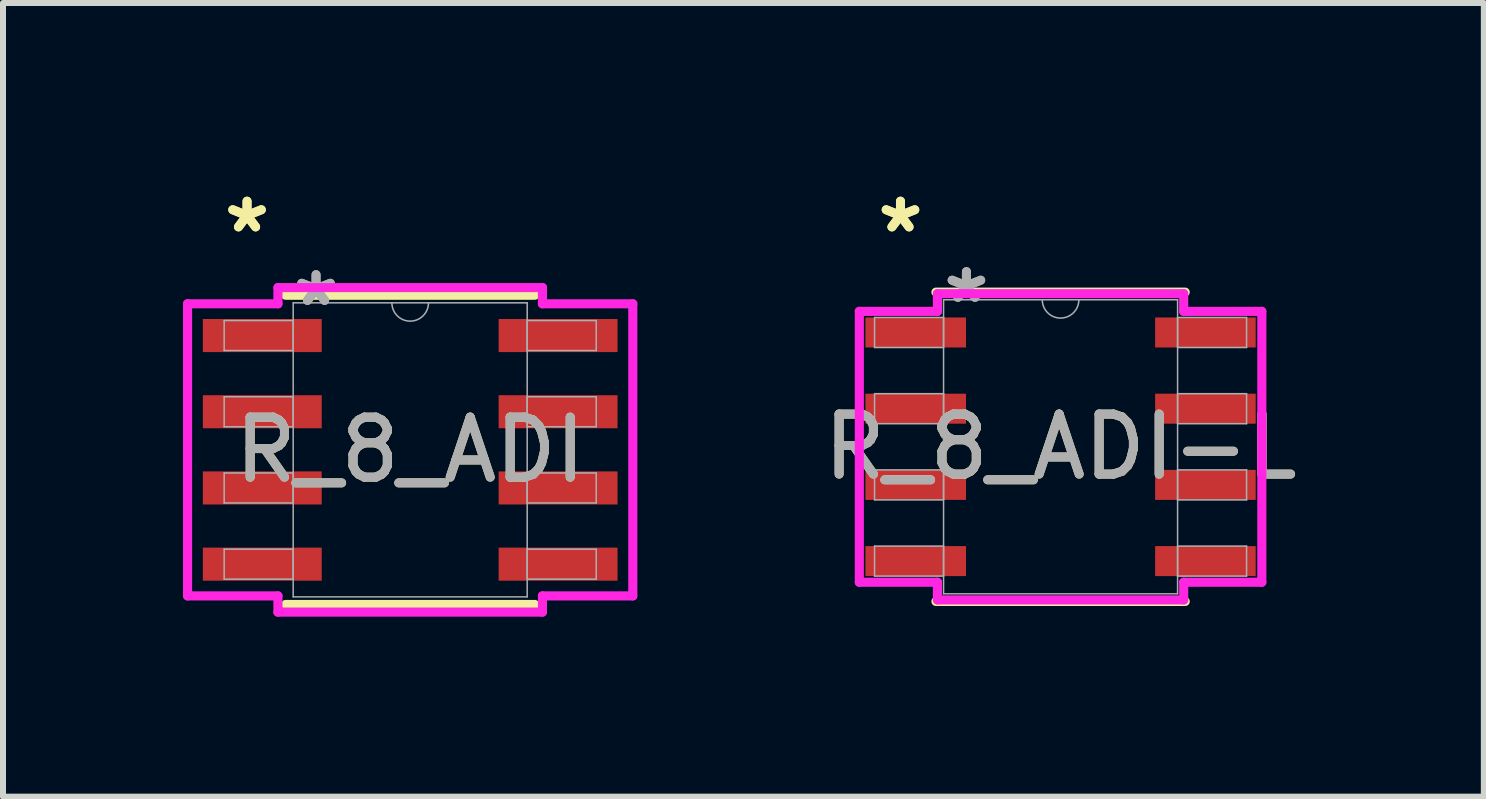
<source format=kicad_pcb>
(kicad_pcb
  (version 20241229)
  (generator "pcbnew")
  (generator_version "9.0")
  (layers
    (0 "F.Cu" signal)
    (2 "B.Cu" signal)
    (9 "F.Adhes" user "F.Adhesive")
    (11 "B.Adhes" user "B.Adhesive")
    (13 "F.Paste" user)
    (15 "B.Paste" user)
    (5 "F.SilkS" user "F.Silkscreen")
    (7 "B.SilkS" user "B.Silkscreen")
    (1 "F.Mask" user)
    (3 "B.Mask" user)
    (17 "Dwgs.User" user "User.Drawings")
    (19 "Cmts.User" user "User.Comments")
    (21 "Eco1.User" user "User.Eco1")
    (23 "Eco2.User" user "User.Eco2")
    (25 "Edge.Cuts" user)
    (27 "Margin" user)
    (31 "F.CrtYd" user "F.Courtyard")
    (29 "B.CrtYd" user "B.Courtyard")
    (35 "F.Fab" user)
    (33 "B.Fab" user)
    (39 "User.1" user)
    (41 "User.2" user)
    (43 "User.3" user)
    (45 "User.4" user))
  (footprint "R_8_ADI-L"
    (layer "F.Cu")
    (at 14.625 4.396)
    (property "Reference" "R_8_ADI-L" (at 0 0 0) (unlocked yes) (layer "F.SilkS") (effects (font (size 1 1) (thickness 0.15))))
    (attr smd)
    (fp_line (start -2.077 2.577) (end 2.077 2.577) (stroke (width 0.152) (type solid)) (layer "F.SilkS"))
    (fp_line (start 2.077 -2.577) (end -2.077 -2.577) (stroke (width 0.152) (type solid)) (layer "F.SilkS"))
    (fp_line (start -3.354 -2.257) (end -2.052 -2.257) (stroke (width 0.152) (type solid)) (layer "F.CrtYd"))
    (fp_line (start -3.354 2.257) (end -3.354 -2.257) (stroke (width 0.152) (type solid)) (layer "F.CrtYd"))
    (fp_line (start -3.354 2.257) (end -2.052 2.257) (stroke (width 0.152) (type solid)) (layer "F.CrtYd"))
    (fp_line (start -2.052 -2.552) (end 2.052 -2.552) (stroke (width 0.152) (type solid)) (layer "F.CrtYd"))
    (fp_line (start -2.052 -2.257) (end -2.052 -2.552) (stroke (width 0.152) (type solid)) (layer "F.CrtYd"))
    (fp_line (start -2.052 2.552) (end -2.052 2.257) (stroke (width 0.152) (type solid)) (layer "F.CrtYd"))
    (fp_line (start 2.052 -2.552) (end 2.052 -2.257) (stroke (width 0.152) (type solid)) (layer "F.CrtYd"))
    (fp_line (start 2.052 2.257) (end 2.052 2.552) (stroke (width 0.152) (type solid)) (layer "F.CrtYd"))
    (fp_line (start 2.052 2.552) (end -2.052 2.552) (stroke (width 0.152) (type solid)) (layer "F.CrtYd"))
    (fp_line (start 3.354 -2.257) (end 2.052 -2.257) (stroke (width 0.152) (type solid)) (layer "F.CrtYd"))
    (fp_line (start 3.354 -2.257) (end 3.354 2.257) (stroke (width 0.152) (type solid)) (layer "F.CrtYd"))
    (fp_line (start 3.354 2.257) (end 2.052 2.257) (stroke (width 0.152) (type solid)) (layer "F.CrtYd"))
    (fp_line (start -3.1 -2.155) (end -3.1 -1.655) (stroke (width 0.025) (type solid)) (layer "F.Fab"))
    (fp_line (start -3.1 -1.655) (end -1.95 -1.655) (stroke (width 0.025) (type solid)) (layer "F.Fab"))
    (fp_line (start -3.1 -0.885) (end -3.1 -0.385) (stroke (width 0.025) (type solid)) (layer "F.Fab"))
    (fp_line (start -3.1 -0.385) (end -1.95 -0.385) (stroke (width 0.025) (type solid)) (layer "F.Fab"))
    (fp_line (start -3.1 0.385) (end -3.1 0.885) (stroke (width 0.025) (type solid)) (layer "F.Fab"))
    (fp_line (start -3.1 0.885) (end -1.95 0.885) (stroke (width 0.025) (type solid)) (layer "F.Fab"))
    (fp_line (start -3.1 1.655) (end -3.1 2.155) (stroke (width 0.025) (type solid)) (layer "F.Fab"))
    (fp_line (start -3.1 2.155) (end -1.95 2.155) (stroke (width 0.025) (type solid)) (layer "F.Fab"))
    (fp_line (start -1.95 -2.45) (end -1.95 2.45) (stroke (width 0.025) (type solid)) (layer "F.Fab"))
    (fp_line (start -1.95 -2.155) (end -3.1 -2.155) (stroke (width 0.025) (type solid)) (layer "F.Fab"))
    (fp_line (start -1.95 -1.655) (end -1.95 -2.155) (stroke (width 0.025) (type solid)) (layer "F.Fab"))
    (fp_line (start -1.95 -0.885) (end -3.1 -0.885) (stroke (width 0.025) (type solid)) (layer "F.Fab"))
    (fp_line (start -1.95 -0.385) (end -1.95 -0.885) (stroke (width 0.025) (type solid)) (layer "F.Fab"))
    (fp_line (start -1.95 0.385) (end -3.1 0.385) (stroke (width 0.025) (type solid)) (layer "F.Fab"))
    (fp_line (start -1.95 0.885) (end -1.95 0.385) (stroke (width 0.025) (type solid)) (layer "F.Fab"))
    (fp_line (start -1.95 1.655) (end -3.1 1.655) (stroke (width 0.025) (type solid)) (layer "F.Fab"))
    (fp_line (start -1.95 2.155) (end -1.95 1.655) (stroke (width 0.025) (type solid)) (layer "F.Fab"))
    (fp_line (start -1.95 2.45) (end 1.95 2.45) (stroke (width 0.025) (type solid)) (layer "F.Fab"))
    (fp_line (start 1.95 -2.45) (end -1.95 -2.45) (stroke (width 0.025) (type solid)) (layer "F.Fab"))
    (fp_line (start 1.95 -2.155) (end 1.95 -1.655) (stroke (width 0.025) (type solid)) (layer "F.Fab"))
    (fp_line (start 1.95 -1.655) (end 3.1 -1.655) (stroke (width 0.025) (type solid)) (layer "F.Fab"))
    (fp_line (start 1.95 -0.885) (end 1.95 -0.385) (stroke (width 0.025) (type solid)) (layer "F.Fab"))
    (fp_line (start 1.95 -0.385) (end 3.1 -0.385) (stroke (width 0.025) (type solid)) (layer "F.Fab"))
    (fp_line (start 1.95 0.385) (end 1.95 0.885) (stroke (width 0.025) (type solid)) (layer "F.Fab"))
    (fp_line (start 1.95 0.885) (end 3.1 0.885) (stroke (width 0.025) (type solid)) (layer "F.Fab"))
    (fp_line (start 1.95 1.655) (end 1.95 2.155) (stroke (width 0.025) (type solid)) (layer "F.Fab"))
    (fp_line (start 1.95 2.155) (end 3.1 2.155) (stroke (width 0.025) (type solid)) (layer "F.Fab"))
    (fp_line (start 1.95 2.45) (end 1.95 -2.45) (stroke (width 0.025) (type solid)) (layer "F.Fab"))
    (fp_line (start 3.1 -2.155) (end 1.95 -2.155) (stroke (width 0.025) (type solid)) (layer "F.Fab"))
    (fp_line (start 3.1 -1.655) (end 3.1 -2.155) (stroke (width 0.025) (type solid)) (layer "F.Fab"))
    (fp_line (start 3.1 -0.885) (end 1.95 -0.885) (stroke (width 0.025) (type solid)) (layer "F.Fab"))
    (fp_line (start 3.1 -0.385) (end 3.1 -0.885) (stroke (width 0.025) (type solid)) (layer "F.Fab"))
    (fp_line (start 3.1 0.385) (end 1.95 0.385) (stroke (width 0.025) (type solid)) (layer "F.Fab"))
    (fp_line (start 3.1 0.885) (end 3.1 0.385) (stroke (width 0.025) (type solid)) (layer "F.Fab"))
    (fp_line (start 3.1 1.655) (end 1.95 1.655) (stroke (width 0.025) (type solid)) (layer "F.Fab"))
    (fp_line (start 3.1 2.155) (end 3.1 1.655) (stroke (width 0.025) (type solid)) (layer "F.Fab"))
    (fp_arc (start 0.3048 -2.45) (mid 0 -2.1452) (end -0.3048 -2.45) (stroke (width 0.0254) (type solid)) (layer "F.Fab"))
    (fp_text user "*" (at -2.668 -3.548 0) (unlocked yes) (layer "F.SilkS") (effects (font (size 1 1) (thickness 0.15))))
    (fp_text user "*" (at -2.668 -3.548 0) (layer "F.SilkS") (effects (font (size 1 1) (thickness 0.15))))
    (fp_text user "*" (at -1.569 -2.374 0) (layer "F.Fab") (effects (font (size 1 1) (thickness 0.15))))
    (fp_text user "${REFERENCE}" (at 0 0 0) (unlocked yes) (layer "F.Fab") (effects (font (size 1 1) (thickness 0.15))))
    (fp_text user "*" (at -1.569 -2.374 0) (unlocked yes) (layer "F.Fab") (effects (font (size 1 1) (thickness 0.15))))
    (pad "1" smd rect (at -2.414 -1.905) (size 1.676 0.5) (layers "F.Cu" "F.Mask" "F.Paste"))
    (pad "2" smd rect (at -2.414 -0.635) (size 1.676 0.5) (layers "F.Cu" "F.Mask" "F.Paste"))
    (pad "3" smd rect (at -2.414 0.635) (size 1.676 0.5) (layers "F.Cu" "F.Mask" "F.Paste"))
    (pad "4" smd rect (at -2.414 1.905) (size 1.676 0.5) (layers "F.Cu" "F.Mask" "F.Paste"))
    (pad "5" smd rect (at 2.414 1.905) (size 1.676 0.5) (layers "F.Cu" "F.Mask" "F.Paste"))
    (pad "6" smd rect (at 2.414 0.635) (size 1.676 0.5) (layers "F.Cu" "F.Mask" "F.Paste"))
    (pad "7" smd rect (at 2.414 -0.635) (size 1.676 0.5) (layers "F.Cu" "F.Mask" "F.Paste"))
    (pad "8" smd rect (at 2.414 -1.905) (size 1.676 0.5) (layers "F.Cu" "F.Mask" "F.Paste")))
  (footprint "R_8_ADI"
    (layer "F.Cu")
    (at 3.786 4.447)
    (property "Reference" "R_8_ADI" (at 0 0 0) (unlocked yes) (layer "F.SilkS") (effects (font (size 1 1) (thickness 0.15))))
    (attr smd)
    (fp_line (start -2.077 2.577) (end 2.077 2.577) (stroke (width 0.152) (type solid)) (layer "F.SilkS"))
    (fp_line (start 2.077 -2.577) (end -2.077 -2.577) (stroke (width 0.152) (type solid)) (layer "F.SilkS"))
    (fp_line (start -3.71 -2.434) (end -2.204 -2.434) (stroke (width 0.152) (type solid)) (layer "F.CrtYd"))
    (fp_line (start -3.71 2.434) (end -3.71 -2.434) (stroke (width 0.152) (type solid)) (layer "F.CrtYd"))
    (fp_line (start -3.71 2.434) (end -2.204 2.434) (stroke (width 0.152) (type solid)) (layer "F.CrtYd"))
    (fp_line (start -2.204 -2.704) (end 2.204 -2.704) (stroke (width 0.152) (type solid)) (layer "F.CrtYd"))
    (fp_line (start -2.204 -2.434) (end -2.204 -2.704) (stroke (width 0.152) (type solid)) (layer "F.CrtYd"))
    (fp_line (start -2.204 2.704) (end -2.204 2.434) (stroke (width 0.152) (type solid)) (layer "F.CrtYd"))
    (fp_line (start 2.204 -2.704) (end 2.204 -2.434) (stroke (width 0.152) (type solid)) (layer "F.CrtYd"))
    (fp_line (start 2.204 2.434) (end 2.204 2.704) (stroke (width 0.152) (type solid)) (layer "F.CrtYd"))
    (fp_line (start 2.204 2.704) (end -2.204 2.704) (stroke (width 0.152) (type solid)) (layer "F.CrtYd"))
    (fp_line (start 3.71 -2.434) (end 2.204 -2.434) (stroke (width 0.152) (type solid)) (layer "F.CrtYd"))
    (fp_line (start 3.71 -2.434) (end 3.71 2.434) (stroke (width 0.152) (type solid)) (layer "F.CrtYd"))
    (fp_line (start 3.71 2.434) (end 2.204 2.434) (stroke (width 0.152) (type solid)) (layer "F.CrtYd"))
    (fp_line (start -3.1 -2.155) (end -3.1 -1.655) (stroke (width 0.025) (type solid)) (layer "F.Fab"))
    (fp_line (start -3.1 -1.655) (end -1.95 -1.655) (stroke (width 0.025) (type solid)) (layer "F.Fab"))
    (fp_line (start -3.1 -0.885) (end -3.1 -0.385) (stroke (width 0.025) (type solid)) (layer "F.Fab"))
    (fp_line (start -3.1 -0.385) (end -1.95 -0.385) (stroke (width 0.025) (type solid)) (layer "F.Fab"))
    (fp_line (start -3.1 0.385) (end -3.1 0.885) (stroke (width 0.025) (type solid)) (layer "F.Fab"))
    (fp_line (start -3.1 0.885) (end -1.95 0.885) (stroke (width 0.025) (type solid)) (layer "F.Fab"))
    (fp_line (start -3.1 1.655) (end -3.1 2.155) (stroke (width 0.025) (type solid)) (layer "F.Fab"))
    (fp_line (start -3.1 2.155) (end -1.95 2.155) (stroke (width 0.025) (type solid)) (layer "F.Fab"))
    (fp_line (start -1.95 -2.45) (end -1.95 2.45) (stroke (width 0.025) (type solid)) (layer "F.Fab"))
    (fp_line (start -1.95 -2.155) (end -3.1 -2.155) (stroke (width 0.025) (type solid)) (layer "F.Fab"))
    (fp_line (start -1.95 -1.655) (end -1.95 -2.155) (stroke (width 0.025) (type solid)) (layer "F.Fab"))
    (fp_line (start -1.95 -0.885) (end -3.1 -0.885) (stroke (width 0.025) (type solid)) (layer "F.Fab"))
    (fp_line (start -1.95 -0.385) (end -1.95 -0.885) (stroke (width 0.025) (type solid)) (layer "F.Fab"))
    (fp_line (start -1.95 0.385) (end -3.1 0.385) (stroke (width 0.025) (type solid)) (layer "F.Fab"))
    (fp_line (start -1.95 0.885) (end -1.95 0.385) (stroke (width 0.025) (type solid)) (layer "F.Fab"))
    (fp_line (start -1.95 1.655) (end -3.1 1.655) (stroke (width 0.025) (type solid)) (layer "F.Fab"))
    (fp_line (start -1.95 2.155) (end -1.95 1.655) (stroke (width 0.025) (type solid)) (layer "F.Fab"))
    (fp_line (start -1.95 2.45) (end 1.95 2.45) (stroke (width 0.025) (type solid)) (layer "F.Fab"))
    (fp_line (start 1.95 -2.45) (end -1.95 -2.45) (stroke (width 0.025) (type solid)) (layer "F.Fab"))
    (fp_line (start 1.95 -2.155) (end 1.95 -1.655) (stroke (width 0.025) (type solid)) (layer "F.Fab"))
    (fp_line (start 1.95 -1.655) (end 3.1 -1.655) (stroke (width 0.025) (type solid)) (layer "F.Fab"))
    (fp_line (start 1.95 -0.885) (end 1.95 -0.385) (stroke (width 0.025) (type solid)) (layer "F.Fab"))
    (fp_line (start 1.95 -0.385) (end 3.1 -0.385) (stroke (width 0.025) (type solid)) (layer "F.Fab"))
    (fp_line (start 1.95 0.385) (end 1.95 0.885) (stroke (width 0.025) (type solid)) (layer "F.Fab"))
    (fp_line (start 1.95 0.885) (end 3.1 0.885) (stroke (width 0.025) (type solid)) (layer "F.Fab"))
    (fp_line (start 1.95 1.655) (end 1.95 2.155) (stroke (width 0.025) (type solid)) (layer "F.Fab"))
    (fp_line (start 1.95 2.155) (end 3.1 2.155) (stroke (width 0.025) (type solid)) (layer "F.Fab"))
    (fp_line (start 1.95 2.45) (end 1.95 -2.45) (stroke (width 0.025) (type solid)) (layer "F.Fab"))
    (fp_line (start 3.1 -2.155) (end 1.95 -2.155) (stroke (width 0.025) (type solid)) (layer "F.Fab"))
    (fp_line (start 3.1 -1.655) (end 3.1 -2.155) (stroke (width 0.025) (type solid)) (layer "F.Fab"))
    (fp_line (start 3.1 -0.885) (end 1.95 -0.885) (stroke (width 0.025) (type solid)) (layer "F.Fab"))
    (fp_line (start 3.1 -0.385) (end 3.1 -0.885) (stroke (width 0.025) (type solid)) (layer "F.Fab"))
    (fp_line (start 3.1 0.385) (end 1.95 0.385) (stroke (width 0.025) (type solid)) (layer "F.Fab"))
    (fp_line (start 3.1 0.885) (end 3.1 0.385) (stroke (width 0.025) (type solid)) (layer "F.Fab"))
    (fp_line (start 3.1 1.655) (end 1.95 1.655) (stroke (width 0.025) (type solid)) (layer "F.Fab"))
    (fp_line (start 3.1 2.155) (end 3.1 1.655) (stroke (width 0.025) (type solid)) (layer "F.Fab"))
    (fp_arc (start 0.3048 -2.45) (mid 0 -2.1452) (end -0.3048 -2.45) (stroke (width 0.0254) (type solid)) (layer "F.Fab"))
    (fp_text user "*" (at -2.719 -3.599 0) (unlocked yes) (layer "F.SilkS") (effects (font (size 1 1) (thickness 0.15))))
    (fp_text user "*" (at -2.719 -3.599 0) (layer "F.SilkS") (effects (font (size 1 1) (thickness 0.15))))
    (fp_text user "*" (at -1.569 -2.374 0) (unlocked yes) (layer "F.Fab") (effects (font (size 1 1) (thickness 0.15))))
    (fp_text user "*" (at -1.569 -2.374 0) (layer "F.Fab") (effects (font (size 1 1) (thickness 0.15))))
    (fp_text user "${REFERENCE}" (at 0 0 0) (unlocked yes) (layer "F.Fab") (effects (font (size 1 1) (thickness 0.15))))
    (pad "1" smd rect (at -2.465 -1.905) (size 1.981 0.551) (layers "F.Cu" "F.Mask" "F.Paste"))
    (pad "2" smd rect (at -2.465 -0.635) (size 1.981 0.551) (layers "F.Cu" "F.Mask" "F.Paste"))
    (pad "3" smd rect (at -2.465 0.635) (size 1.981 0.551) (layers "F.Cu" "F.Mask" "F.Paste"))
    (pad "4" smd rect (at -2.465 1.905) (size 1.981 0.551) (layers "F.Cu" "F.Mask" "F.Paste"))
    (pad "5" smd rect (at 2.465 1.905) (size 1.981 0.551) (layers "F.Cu" "F.Mask" "F.Paste"))
    (pad "6" smd rect (at 2.465 0.635) (size 1.981 0.551) (layers "F.Cu" "F.Mask" "F.Paste"))
    (pad "7" smd rect (at 2.465 -0.635) (size 1.981 0.551) (layers "F.Cu" "F.Mask" "F.Paste"))
    (pad "8" smd rect (at 2.465 -1.905) (size 1.981 0.551) (layers "F.Cu" "F.Mask" "F.Paste")))
  (gr_rect
    (start -3 -3)
    (end 21.679 10.227)
    (stroke (width 0.1) (type default))
    (fill no)
    (layer "Edge.Cuts")))
</source>
